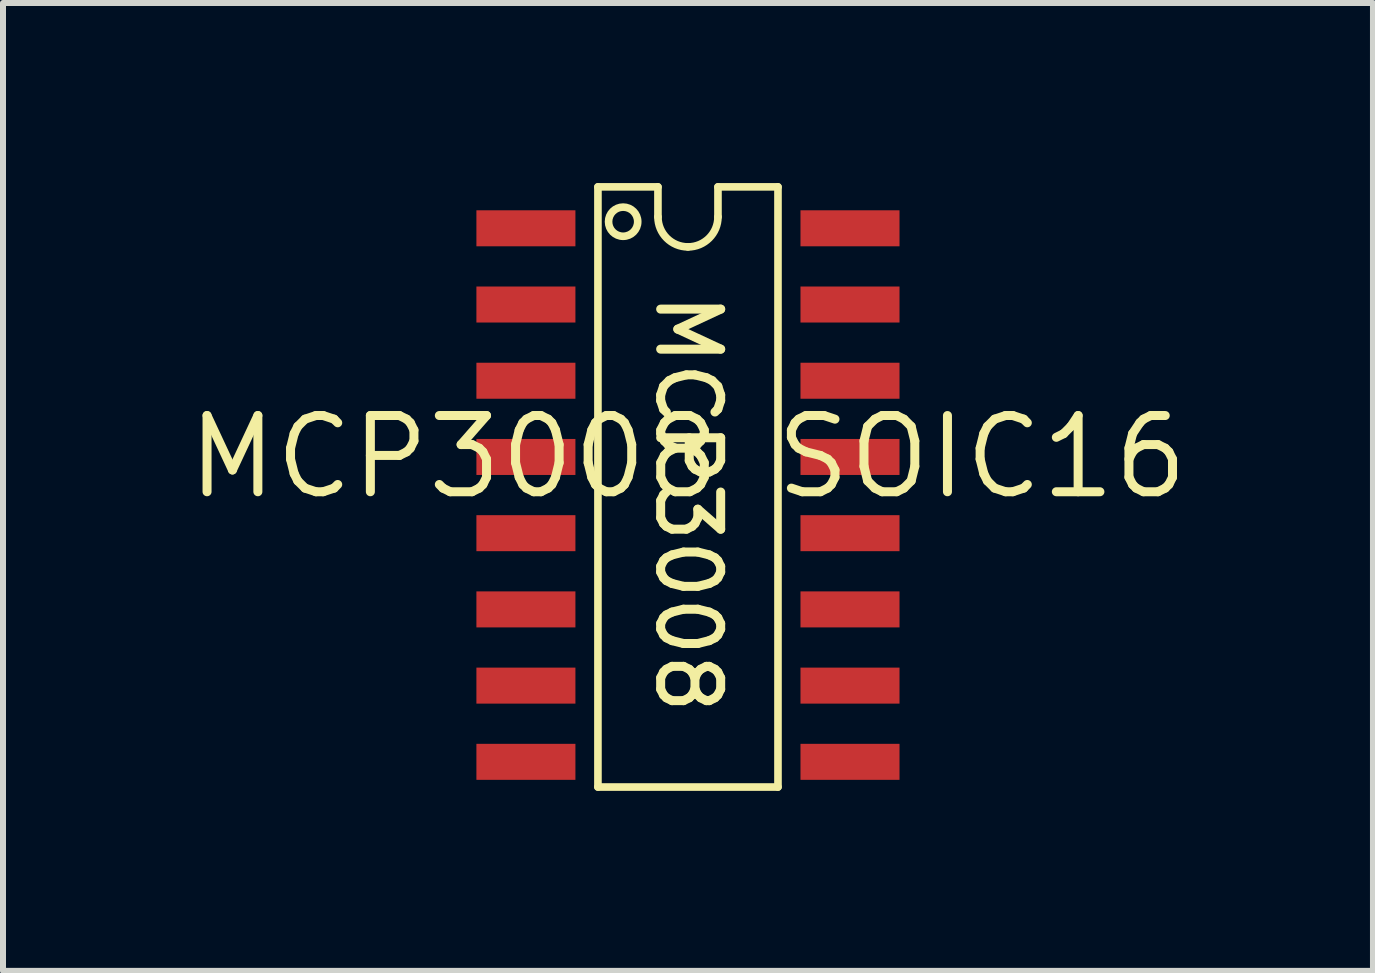
<source format=kicad_pcb>
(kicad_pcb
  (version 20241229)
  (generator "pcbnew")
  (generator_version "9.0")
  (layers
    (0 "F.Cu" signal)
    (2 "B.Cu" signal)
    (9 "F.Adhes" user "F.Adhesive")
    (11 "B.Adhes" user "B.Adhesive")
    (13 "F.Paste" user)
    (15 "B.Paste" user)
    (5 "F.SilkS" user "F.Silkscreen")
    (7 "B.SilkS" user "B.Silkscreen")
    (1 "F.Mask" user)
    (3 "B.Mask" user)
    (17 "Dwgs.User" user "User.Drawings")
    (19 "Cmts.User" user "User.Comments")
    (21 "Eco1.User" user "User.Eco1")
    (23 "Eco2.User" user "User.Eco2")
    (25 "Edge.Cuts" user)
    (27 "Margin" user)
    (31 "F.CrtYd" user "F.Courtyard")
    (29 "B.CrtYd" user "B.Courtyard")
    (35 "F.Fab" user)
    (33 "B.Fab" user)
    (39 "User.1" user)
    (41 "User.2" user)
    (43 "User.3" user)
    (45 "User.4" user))
  (footprint "MCP3008 SOIC16"
    (layer "F.Cu")
    (at 8.413 4.564)
    (property "Reference" "MCP3008 SOIC16" (at 0 0 0) (layer "F.SilkS") (effects (font (size 1.27 1.27) (thickness 0.15))))
    (attr through_hole)
    (fp_line (start -1.5 -4.5) (end -0.5 -4.5) (stroke (width 0.127) (type solid)) (layer "F.SilkS"))
    (fp_line (start -1.5 5.5) (end -1.5 -4.5) (stroke (width 0.127) (type solid)) (layer "F.SilkS"))
    (fp_line (start -0.5 -4.5) (end -0.5 -4) (stroke (width 0.127) (type solid)) (layer "F.SilkS"))
    (fp_line (start 0.5 -4.5) (end 1.5 -4.5) (stroke (width 0.127) (type solid)) (layer "F.SilkS"))
    (fp_line (start 0.5 -4) (end 0.5 -4.5) (stroke (width 0.127) (type solid)) (layer "F.SilkS"))
    (fp_line (start 1.5 -4.5) (end 1.5 5.5) (stroke (width 0.127) (type solid)) (layer "F.SilkS"))
    (fp_line (start 1.5 5.5) (end -1.5 5.5) (stroke (width 0.127) (type solid)) (layer "F.SilkS"))
    (fp_arc (start 0 -3.5) (mid -0.353553 -3.646447) (end -0.5 -4) (stroke (width 0.127) (type solid)) (layer "F.SilkS"))
    (fp_arc (start 0.5 -4) (mid 0.353553 -3.646447) (end 0 -3.5) (stroke (width 0.127) (type solid)) (layer "F.SilkS"))
    (fp_circle (center -1.08 -3.92) (end -0.837 -3.92) (stroke (width 0.127) (type solid)) (fill no) (layer "F.SilkS"))
    (fp_text user "MCP3008" (at 0 0.775 270) (unlocked yes) (layer "F.SilkS") (effects (font (size 1 1) (thickness 0.15))))
    (pad "1" smd rect (at -2.7 -3.81) (size 1.65 0.6) (layers "F.Cu" "F.Mask" "F.Paste"))
    (pad "2" smd rect (at -2.7 -2.54) (size 1.65 0.6) (layers "F.Cu" "F.Mask" "F.Paste"))
    (pad "3" smd rect (at -2.7 -1.27) (size 1.65 0.6) (layers "F.Cu" "F.Mask" "F.Paste"))
    (pad "4" smd rect (at -2.7 0) (size 1.65 0.6) (layers "F.Cu" "F.Mask" "F.Paste"))
    (pad "5" smd rect (at -2.7 1.27) (size 1.65 0.6) (layers "F.Cu" "F.Mask" "F.Paste"))
    (pad "6" smd rect (at -2.7 2.54) (size 1.65 0.6) (layers "F.Cu" "F.Mask" "F.Paste"))
    (pad "7" smd rect (at -2.7 3.81) (size 1.65 0.6) (layers "F.Cu" "F.Mask" "F.Paste"))
    (pad "8" smd rect (at -2.7 5.08) (size 1.65 0.6) (layers "F.Cu" "F.Mask" "F.Paste"))
    (pad "9" smd rect (at 2.7 5.08) (size 1.65 0.6) (layers "F.Cu" "F.Mask" "F.Paste"))
    (pad "10" smd rect (at 2.7 3.81) (size 1.65 0.6) (layers "F.Cu" "F.Mask" "F.Paste"))
    (pad "11" smd rect (at 2.7 2.54) (size 1.65 0.6) (layers "F.Cu" "F.Mask" "F.Paste"))
    (pad "12" smd rect (at 2.7 1.27) (size 1.65 0.6) (layers "F.Cu" "F.Mask" "F.Paste"))
    (pad "13" smd rect (at 2.7 0) (size 1.65 0.6) (layers "F.Cu" "F.Mask" "F.Paste"))
    (pad "14" smd rect (at 2.7 -1.27) (size 1.65 0.6) (layers "F.Cu" "F.Mask" "F.Paste"))
    (pad "15" smd rect (at 2.7 -2.54) (size 1.65 0.6) (layers "F.Cu" "F.Mask" "F.Paste"))
    (pad "16" smd rect (at 2.7 -3.81) (size 1.65 0.6) (layers "F.Cu" "F.Mask" "F.Paste")))
  (gr_rect
    (start -3 -3)
    (end 19.827 13.127)
    (stroke (width 0.1) (type default))
    (fill no)
    (layer "Edge.Cuts")))
</source>
